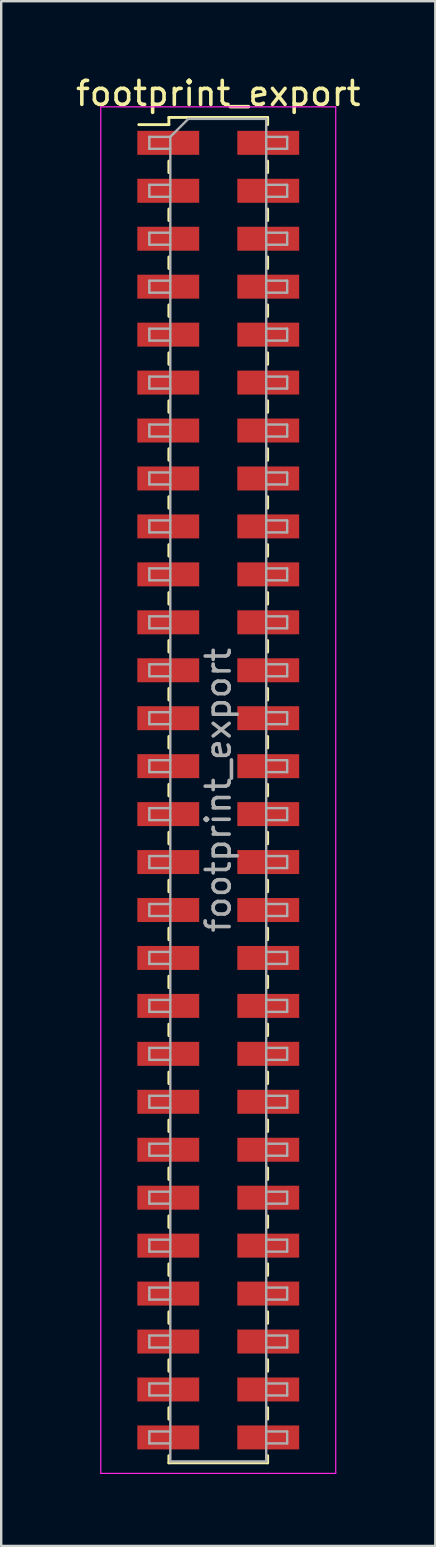
<source format=kicad_pcb>
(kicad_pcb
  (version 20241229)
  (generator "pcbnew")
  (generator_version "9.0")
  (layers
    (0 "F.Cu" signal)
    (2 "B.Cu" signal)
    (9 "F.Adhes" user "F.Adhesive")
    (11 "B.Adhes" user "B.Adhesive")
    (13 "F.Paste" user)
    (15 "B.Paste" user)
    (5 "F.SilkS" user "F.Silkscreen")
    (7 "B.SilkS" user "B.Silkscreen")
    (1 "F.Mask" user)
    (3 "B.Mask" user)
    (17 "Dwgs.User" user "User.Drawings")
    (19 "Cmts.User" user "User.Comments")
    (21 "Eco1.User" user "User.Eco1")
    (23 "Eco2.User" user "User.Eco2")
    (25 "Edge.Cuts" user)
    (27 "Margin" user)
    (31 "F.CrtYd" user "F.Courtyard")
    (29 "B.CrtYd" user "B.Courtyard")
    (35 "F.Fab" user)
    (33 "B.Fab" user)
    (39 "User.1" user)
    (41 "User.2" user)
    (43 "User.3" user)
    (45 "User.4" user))
  (footprint "footprint_export"
    (layer "F.Cu")
    (at 6.054 29.908)
    (property "Reference" "footprint_export" (at 0 -29.06 0) (layer "F.SilkS") (effects (font (size 1 1) (thickness 0.15))))
    (attr smd)
    (fp_line (start -3.315 -27.76) (end -2.06 -27.76) (stroke (width 0.12) (type solid)) (layer "F.SilkS"))
    (fp_line (start -2.06 -28.06) (end -2.06 -27.76) (stroke (width 0.12) (type solid)) (layer "F.SilkS"))
    (fp_line (start -2.06 -28.06) (end 2.06 -28.06) (stroke (width 0.12) (type solid)) (layer "F.SilkS"))
    (fp_line (start -2.06 -26.24) (end -2.06 -25.76) (stroke (width 0.12) (type solid)) (layer "F.SilkS"))
    (fp_line (start -2.06 -24.24) (end -2.06 -23.76) (stroke (width 0.12) (type solid)) (layer "F.SilkS"))
    (fp_line (start -2.06 -22.24) (end -2.06 -21.76) (stroke (width 0.12) (type solid)) (layer "F.SilkS"))
    (fp_line (start -2.06 -20.24) (end -2.06 -19.76) (stroke (width 0.12) (type solid)) (layer "F.SilkS"))
    (fp_line (start -2.06 -18.24) (end -2.06 -17.76) (stroke (width 0.12) (type solid)) (layer "F.SilkS"))
    (fp_line (start -2.06 -16.24) (end -2.06 -15.76) (stroke (width 0.12) (type solid)) (layer "F.SilkS"))
    (fp_line (start -2.06 -14.24) (end -2.06 -13.76) (stroke (width 0.12) (type solid)) (layer "F.SilkS"))
    (fp_line (start -2.06 -12.24) (end -2.06 -11.76) (stroke (width 0.12) (type solid)) (layer "F.SilkS"))
    (fp_line (start -2.06 -10.24) (end -2.06 -9.76) (stroke (width 0.12) (type solid)) (layer "F.SilkS"))
    (fp_line (start -2.06 -8.24) (end -2.06 -7.76) (stroke (width 0.12) (type solid)) (layer "F.SilkS"))
    (fp_line (start -2.06 -6.24) (end -2.06 -5.76) (stroke (width 0.12) (type solid)) (layer "F.SilkS"))
    (fp_line (start -2.06 -4.24) (end -2.06 -3.76) (stroke (width 0.12) (type solid)) (layer "F.SilkS"))
    (fp_line (start -2.06 -2.24) (end -2.06 -1.76) (stroke (width 0.12) (type solid)) (layer "F.SilkS"))
    (fp_line (start -2.06 -0.24) (end -2.06 0.24) (stroke (width 0.12) (type solid)) (layer "F.SilkS"))
    (fp_line (start -2.06 1.76) (end -2.06 2.24) (stroke (width 0.12) (type solid)) (layer "F.SilkS"))
    (fp_line (start -2.06 3.76) (end -2.06 4.24) (stroke (width 0.12) (type solid)) (layer "F.SilkS"))
    (fp_line (start -2.06 5.76) (end -2.06 6.24) (stroke (width 0.12) (type solid)) (layer "F.SilkS"))
    (fp_line (start -2.06 7.76) (end -2.06 8.24) (stroke (width 0.12) (type solid)) (layer "F.SilkS"))
    (fp_line (start -2.06 9.76) (end -2.06 10.24) (stroke (width 0.12) (type solid)) (layer "F.SilkS"))
    (fp_line (start -2.06 11.76) (end -2.06 12.24) (stroke (width 0.12) (type solid)) (layer "F.SilkS"))
    (fp_line (start -2.06 13.76) (end -2.06 14.24) (stroke (width 0.12) (type solid)) (layer "F.SilkS"))
    (fp_line (start -2.06 15.76) (end -2.06 16.24) (stroke (width 0.12) (type solid)) (layer "F.SilkS"))
    (fp_line (start -2.06 17.76) (end -2.06 18.24) (stroke (width 0.12) (type solid)) (layer "F.SilkS"))
    (fp_line (start -2.06 19.76) (end -2.06 20.24) (stroke (width 0.12) (type solid)) (layer "F.SilkS"))
    (fp_line (start -2.06 21.76) (end -2.06 22.24) (stroke (width 0.12) (type solid)) (layer "F.SilkS"))
    (fp_line (start -2.06 23.76) (end -2.06 24.24) (stroke (width 0.12) (type solid)) (layer "F.SilkS"))
    (fp_line (start -2.06 25.76) (end -2.06 26.24) (stroke (width 0.12) (type solid)) (layer "F.SilkS"))
    (fp_line (start -2.06 27.76) (end -2.06 28.06) (stroke (width 0.12) (type solid)) (layer "F.SilkS"))
    (fp_line (start -2.06 28.06) (end 2.06 28.06) (stroke (width 0.12) (type solid)) (layer "F.SilkS"))
    (fp_line (start 2.06 -28.06) (end 2.06 -27.76) (stroke (width 0.12) (type solid)) (layer "F.SilkS"))
    (fp_line (start 2.06 -26.24) (end 2.06 -25.76) (stroke (width 0.12) (type solid)) (layer "F.SilkS"))
    (fp_line (start 2.06 -24.24) (end 2.06 -23.76) (stroke (width 0.12) (type solid)) (layer "F.SilkS"))
    (fp_line (start 2.06 -22.24) (end 2.06 -21.76) (stroke (width 0.12) (type solid)) (layer "F.SilkS"))
    (fp_line (start 2.06 -20.24) (end 2.06 -19.76) (stroke (width 0.12) (type solid)) (layer "F.SilkS"))
    (fp_line (start 2.06 -18.24) (end 2.06 -17.76) (stroke (width 0.12) (type solid)) (layer "F.SilkS"))
    (fp_line (start 2.06 -16.24) (end 2.06 -15.76) (stroke (width 0.12) (type solid)) (layer "F.SilkS"))
    (fp_line (start 2.06 -14.24) (end 2.06 -13.76) (stroke (width 0.12) (type solid)) (layer "F.SilkS"))
    (fp_line (start 2.06 -12.24) (end 2.06 -11.76) (stroke (width 0.12) (type solid)) (layer "F.SilkS"))
    (fp_line (start 2.06 -10.24) (end 2.06 -9.76) (stroke (width 0.12) (type solid)) (layer "F.SilkS"))
    (fp_line (start 2.06 -8.24) (end 2.06 -7.76) (stroke (width 0.12) (type solid)) (layer "F.SilkS"))
    (fp_line (start 2.06 -6.24) (end 2.06 -5.76) (stroke (width 0.12) (type solid)) (layer "F.SilkS"))
    (fp_line (start 2.06 -4.24) (end 2.06 -3.76) (stroke (width 0.12) (type solid)) (layer "F.SilkS"))
    (fp_line (start 2.06 -2.24) (end 2.06 -1.76) (stroke (width 0.12) (type solid)) (layer "F.SilkS"))
    (fp_line (start 2.06 -0.24) (end 2.06 0.24) (stroke (width 0.12) (type solid)) (layer "F.SilkS"))
    (fp_line (start 2.06 1.76) (end 2.06 2.24) (stroke (width 0.12) (type solid)) (layer "F.SilkS"))
    (fp_line (start 2.06 3.76) (end 2.06 4.24) (stroke (width 0.12) (type solid)) (layer "F.SilkS"))
    (fp_line (start 2.06 5.76) (end 2.06 6.24) (stroke (width 0.12) (type solid)) (layer "F.SilkS"))
    (fp_line (start 2.06 7.76) (end 2.06 8.24) (stroke (width 0.12) (type solid)) (layer "F.SilkS"))
    (fp_line (start 2.06 9.76) (end 2.06 10.24) (stroke (width 0.12) (type solid)) (layer "F.SilkS"))
    (fp_line (start 2.06 11.76) (end 2.06 12.24) (stroke (width 0.12) (type solid)) (layer "F.SilkS"))
    (fp_line (start 2.06 13.76) (end 2.06 14.24) (stroke (width 0.12) (type solid)) (layer "F.SilkS"))
    (fp_line (start 2.06 15.76) (end 2.06 16.24) (stroke (width 0.12) (type solid)) (layer "F.SilkS"))
    (fp_line (start 2.06 17.76) (end 2.06 18.24) (stroke (width 0.12) (type solid)) (layer "F.SilkS"))
    (fp_line (start 2.06 19.76) (end 2.06 20.24) (stroke (width 0.12) (type solid)) (layer "F.SilkS"))
    (fp_line (start 2.06 21.76) (end 2.06 22.24) (stroke (width 0.12) (type solid)) (layer "F.SilkS"))
    (fp_line (start 2.06 23.76) (end 2.06 24.24) (stroke (width 0.12) (type solid)) (layer "F.SilkS"))
    (fp_line (start 2.06 25.76) (end 2.06 26.24) (stroke (width 0.12) (type solid)) (layer "F.SilkS"))
    (fp_line (start 2.06 27.76) (end 2.06 28.06) (stroke (width 0.12) (type solid)) (layer "F.SilkS"))
    (fp_line (start -4.9 -28.5) (end -4.9 28.5) (stroke (width 0.05) (type solid)) (layer "F.CrtYd"))
    (fp_line (start -4.9 28.5) (end 4.9 28.5) (stroke (width 0.05) (type solid)) (layer "F.CrtYd"))
    (fp_line (start 4.9 -28.5) (end -4.9 -28.5) (stroke (width 0.05) (type solid)) (layer "F.CrtYd"))
    (fp_line (start 4.9 28.5) (end 4.9 -28.5) (stroke (width 0.05) (type solid)) (layer "F.CrtYd"))
    (fp_line (start -2.875 -27.25) (end -2.875 -26.75) (stroke (width 0.1) (type solid)) (layer "F.Fab"))
    (fp_line (start -2.875 -26.75) (end -2 -26.75) (stroke (width 0.1) (type solid)) (layer "F.Fab"))
    (fp_line (start -2.875 -25.25) (end -2.875 -24.75) (stroke (width 0.1) (type solid)) (layer "F.Fab"))
    (fp_line (start -2.875 -24.75) (end -2 -24.75) (stroke (width 0.1) (type solid)) (layer "F.Fab"))
    (fp_line (start -2.875 -23.25) (end -2.875 -22.75) (stroke (width 0.1) (type solid)) (layer "F.Fab"))
    (fp_line (start -2.875 -22.75) (end -2 -22.75) (stroke (width 0.1) (type solid)) (layer "F.Fab"))
    (fp_line (start -2.875 -21.25) (end -2.875 -20.75) (stroke (width 0.1) (type solid)) (layer "F.Fab"))
    (fp_line (start -2.875 -20.75) (end -2 -20.75) (stroke (width 0.1) (type solid)) (layer "F.Fab"))
    (fp_line (start -2.875 -19.25) (end -2.875 -18.75) (stroke (width 0.1) (type solid)) (layer "F.Fab"))
    (fp_line (start -2.875 -18.75) (end -2 -18.75) (stroke (width 0.1) (type solid)) (layer "F.Fab"))
    (fp_line (start -2.875 -17.25) (end -2.875 -16.75) (stroke (width 0.1) (type solid)) (layer "F.Fab"))
    (fp_line (start -2.875 -16.75) (end -2 -16.75) (stroke (width 0.1) (type solid)) (layer "F.Fab"))
    (fp_line (start -2.875 -15.25) (end -2.875 -14.75) (stroke (width 0.1) (type solid)) (layer "F.Fab"))
    (fp_line (start -2.875 -14.75) (end -2 -14.75) (stroke (width 0.1) (type solid)) (layer "F.Fab"))
    (fp_line (start -2.875 -13.25) (end -2.875 -12.75) (stroke (width 0.1) (type solid)) (layer "F.Fab"))
    (fp_line (start -2.875 -12.75) (end -2 -12.75) (stroke (width 0.1) (type solid)) (layer "F.Fab"))
    (fp_line (start -2.875 -11.25) (end -2.875 -10.75) (stroke (width 0.1) (type solid)) (layer "F.Fab"))
    (fp_line (start -2.875 -10.75) (end -2 -10.75) (stroke (width 0.1) (type solid)) (layer "F.Fab"))
    (fp_line (start -2.875 -9.25) (end -2.875 -8.75) (stroke (width 0.1) (type solid)) (layer "F.Fab"))
    (fp_line (start -2.875 -8.75) (end -2 -8.75) (stroke (width 0.1) (type solid)) (layer "F.Fab"))
    (fp_line (start -2.875 -7.25) (end -2.875 -6.75) (stroke (width 0.1) (type solid)) (layer "F.Fab"))
    (fp_line (start -2.875 -6.75) (end -2 -6.75) (stroke (width 0.1) (type solid)) (layer "F.Fab"))
    (fp_line (start -2.875 -5.25) (end -2.875 -4.75) (stroke (width 0.1) (type solid)) (layer "F.Fab"))
    (fp_line (start -2.875 -4.75) (end -2 -4.75) (stroke (width 0.1) (type solid)) (layer "F.Fab"))
    (fp_line (start -2.875 -3.25) (end -2.875 -2.75) (stroke (width 0.1) (type solid)) (layer "F.Fab"))
    (fp_line (start -2.875 -2.75) (end -2 -2.75) (stroke (width 0.1) (type solid)) (layer "F.Fab"))
    (fp_line (start -2.875 -1.25) (end -2.875 -0.75) (stroke (width 0.1) (type solid)) (layer "F.Fab"))
    (fp_line (start -2.875 -0.75) (end -2 -0.75) (stroke (width 0.1) (type solid)) (layer "F.Fab"))
    (fp_line (start -2.875 0.75) (end -2.875 1.25) (stroke (width 0.1) (type solid)) (layer "F.Fab"))
    (fp_line (start -2.875 1.25) (end -2 1.25) (stroke (width 0.1) (type solid)) (layer "F.Fab"))
    (fp_line (start -2.875 2.75) (end -2.875 3.25) (stroke (width 0.1) (type solid)) (layer "F.Fab"))
    (fp_line (start -2.875 3.25) (end -2 3.25) (stroke (width 0.1) (type solid)) (layer "F.Fab"))
    (fp_line (start -2.875 4.75) (end -2.875 5.25) (stroke (width 0.1) (type solid)) (layer "F.Fab"))
    (fp_line (start -2.875 5.25) (end -2 5.25) (stroke (width 0.1) (type solid)) (layer "F.Fab"))
    (fp_line (start -2.875 6.75) (end -2.875 7.25) (stroke (width 0.1) (type solid)) (layer "F.Fab"))
    (fp_line (start -2.875 7.25) (end -2 7.25) (stroke (width 0.1) (type solid)) (layer "F.Fab"))
    (fp_line (start -2.875 8.75) (end -2.875 9.25) (stroke (width 0.1) (type solid)) (layer "F.Fab"))
    (fp_line (start -2.875 9.25) (end -2 9.25) (stroke (width 0.1) (type solid)) (layer "F.Fab"))
    (fp_line (start -2.875 10.75) (end -2.875 11.25) (stroke (width 0.1) (type solid)) (layer "F.Fab"))
    (fp_line (start -2.875 11.25) (end -2 11.25) (stroke (width 0.1) (type solid)) (layer "F.Fab"))
    (fp_line (start -2.875 12.75) (end -2.875 13.25) (stroke (width 0.1) (type solid)) (layer "F.Fab"))
    (fp_line (start -2.875 13.25) (end -2 13.25) (stroke (width 0.1) (type solid)) (layer "F.Fab"))
    (fp_line (start -2.875 14.75) (end -2.875 15.25) (stroke (width 0.1) (type solid)) (layer "F.Fab"))
    (fp_line (start -2.875 15.25) (end -2 15.25) (stroke (width 0.1) (type solid)) (layer "F.Fab"))
    (fp_line (start -2.875 16.75) (end -2.875 17.25) (stroke (width 0.1) (type solid)) (layer "F.Fab"))
    (fp_line (start -2.875 17.25) (end -2 17.25) (stroke (width 0.1) (type solid)) (layer "F.Fab"))
    (fp_line (start -2.875 18.75) (end -2.875 19.25) (stroke (width 0.1) (type solid)) (layer "F.Fab"))
    (fp_line (start -2.875 19.25) (end -2 19.25) (stroke (width 0.1) (type solid)) (layer "F.Fab"))
    (fp_line (start -2.875 20.75) (end -2.875 21.25) (stroke (width 0.1) (type solid)) (layer "F.Fab"))
    (fp_line (start -2.875 21.25) (end -2 21.25) (stroke (width 0.1) (type solid)) (layer "F.Fab"))
    (fp_line (start -2.875 22.75) (end -2.875 23.25) (stroke (width 0.1) (type solid)) (layer "F.Fab"))
    (fp_line (start -2.875 23.25) (end -2 23.25) (stroke (width 0.1) (type solid)) (layer "F.Fab"))
    (fp_line (start -2.875 24.75) (end -2.875 25.25) (stroke (width 0.1) (type solid)) (layer "F.Fab"))
    (fp_line (start -2.875 25.25) (end -2 25.25) (stroke (width 0.1) (type solid)) (layer "F.Fab"))
    (fp_line (start -2.875 26.75) (end -2.875 27.25) (stroke (width 0.1) (type solid)) (layer "F.Fab"))
    (fp_line (start -2.875 27.25) (end -2 27.25) (stroke (width 0.1) (type solid)) (layer "F.Fab"))
    (fp_line (start -2 -27.25) (end -2.875 -27.25) (stroke (width 0.1) (type solid)) (layer "F.Fab"))
    (fp_line (start -2 -27.25) (end -1.25 -28) (stroke (width 0.1) (type solid)) (layer "F.Fab"))
    (fp_line (start -2 -25.25) (end -2.875 -25.25) (stroke (width 0.1) (type solid)) (layer "F.Fab"))
    (fp_line (start -2 -23.25) (end -2.875 -23.25) (stroke (width 0.1) (type solid)) (layer "F.Fab"))
    (fp_line (start -2 -21.25) (end -2.875 -21.25) (stroke (width 0.1) (type solid)) (layer "F.Fab"))
    (fp_line (start -2 -19.25) (end -2.875 -19.25) (stroke (width 0.1) (type solid)) (layer "F.Fab"))
    (fp_line (start -2 -17.25) (end -2.875 -17.25) (stroke (width 0.1) (type solid)) (layer "F.Fab"))
    (fp_line (start -2 -15.25) (end -2.875 -15.25) (stroke (width 0.1) (type solid)) (layer "F.Fab"))
    (fp_line (start -2 -13.25) (end -2.875 -13.25) (stroke (width 0.1) (type solid)) (layer "F.Fab"))
    (fp_line (start -2 -11.25) (end -2.875 -11.25) (stroke (width 0.1) (type solid)) (layer "F.Fab"))
    (fp_line (start -2 -9.25) (end -2.875 -9.25) (stroke (width 0.1) (type solid)) (layer "F.Fab"))
    (fp_line (start -2 -7.25) (end -2.875 -7.25) (stroke (width 0.1) (type solid)) (layer "F.Fab"))
    (fp_line (start -2 -5.25) (end -2.875 -5.25) (stroke (width 0.1) (type solid)) (layer "F.Fab"))
    (fp_line (start -2 -3.25) (end -2.875 -3.25) (stroke (width 0.1) (type solid)) (layer "F.Fab"))
    (fp_line (start -2 -1.25) (end -2.875 -1.25) (stroke (width 0.1) (type solid)) (layer "F.Fab"))
    (fp_line (start -2 0.75) (end -2.875 0.75) (stroke (width 0.1) (type solid)) (layer "F.Fab"))
    (fp_line (start -2 2.75) (end -2.875 2.75) (stroke (width 0.1) (type solid)) (layer "F.Fab"))
    (fp_line (start -2 4.75) (end -2.875 4.75) (stroke (width 0.1) (type solid)) (layer "F.Fab"))
    (fp_line (start -2 6.75) (end -2.875 6.75) (stroke (width 0.1) (type solid)) (layer "F.Fab"))
    (fp_line (start -2 8.75) (end -2.875 8.75) (stroke (width 0.1) (type solid)) (layer "F.Fab"))
    (fp_line (start -2 10.75) (end -2.875 10.75) (stroke (width 0.1) (type solid)) (layer "F.Fab"))
    (fp_line (start -2 12.75) (end -2.875 12.75) (stroke (width 0.1) (type solid)) (layer "F.Fab"))
    (fp_line (start -2 14.75) (end -2.875 14.75) (stroke (width 0.1) (type solid)) (layer "F.Fab"))
    (fp_line (start -2 16.75) (end -2.875 16.75) (stroke (width 0.1) (type solid)) (layer "F.Fab"))
    (fp_line (start -2 18.75) (end -2.875 18.75) (stroke (width 0.1) (type solid)) (layer "F.Fab"))
    (fp_line (start -2 20.75) (end -2.875 20.75) (stroke (width 0.1) (type solid)) (layer "F.Fab"))
    (fp_line (start -2 22.75) (end -2.875 22.75) (stroke (width 0.1) (type solid)) (layer "F.Fab"))
    (fp_line (start -2 24.75) (end -2.875 24.75) (stroke (width 0.1) (type solid)) (layer "F.Fab"))
    (fp_line (start -2 26.75) (end -2.875 26.75) (stroke (width 0.1) (type solid)) (layer "F.Fab"))
    (fp_line (start -2 28) (end -2 -27.25) (stroke (width 0.1) (type solid)) (layer "F.Fab"))
    (fp_line (start -1.25 -28) (end 2 -28) (stroke (width 0.1) (type solid)) (layer "F.Fab"))
    (fp_line (start 2 -28) (end 2 28) (stroke (width 0.1) (type solid)) (layer "F.Fab"))
    (fp_line (start 2 -27.25) (end 2.875 -27.25) (stroke (width 0.1) (type solid)) (layer "F.Fab"))
    (fp_line (start 2 -25.25) (end 2.875 -25.25) (stroke (width 0.1) (type solid)) (layer "F.Fab"))
    (fp_line (start 2 -23.25) (end 2.875 -23.25) (stroke (width 0.1) (type solid)) (layer "F.Fab"))
    (fp_line (start 2 -21.25) (end 2.875 -21.25) (stroke (width 0.1) (type solid)) (layer "F.Fab"))
    (fp_line (start 2 -19.25) (end 2.875 -19.25) (stroke (width 0.1) (type solid)) (layer "F.Fab"))
    (fp_line (start 2 -17.25) (end 2.875 -17.25) (stroke (width 0.1) (type solid)) (layer "F.Fab"))
    (fp_line (start 2 -15.25) (end 2.875 -15.25) (stroke (width 0.1) (type solid)) (layer "F.Fab"))
    (fp_line (start 2 -13.25) (end 2.875 -13.25) (stroke (width 0.1) (type solid)) (layer "F.Fab"))
    (fp_line (start 2 -11.25) (end 2.875 -11.25) (stroke (width 0.1) (type solid)) (layer "F.Fab"))
    (fp_line (start 2 -9.25) (end 2.875 -9.25) (stroke (width 0.1) (type solid)) (layer "F.Fab"))
    (fp_line (start 2 -7.25) (end 2.875 -7.25) (stroke (width 0.1) (type solid)) (layer "F.Fab"))
    (fp_line (start 2 -5.25) (end 2.875 -5.25) (stroke (width 0.1) (type solid)) (layer "F.Fab"))
    (fp_line (start 2 -3.25) (end 2.875 -3.25) (stroke (width 0.1) (type solid)) (layer "F.Fab"))
    (fp_line (start 2 -1.25) (end 2.875 -1.25) (stroke (width 0.1) (type solid)) (layer "F.Fab"))
    (fp_line (start 2 0.75) (end 2.875 0.75) (stroke (width 0.1) (type solid)) (layer "F.Fab"))
    (fp_line (start 2 2.75) (end 2.875 2.75) (stroke (width 0.1) (type solid)) (layer "F.Fab"))
    (fp_line (start 2 4.75) (end 2.875 4.75) (stroke (width 0.1) (type solid)) (layer "F.Fab"))
    (fp_line (start 2 6.75) (end 2.875 6.75) (stroke (width 0.1) (type solid)) (layer "F.Fab"))
    (fp_line (start 2 8.75) (end 2.875 8.75) (stroke (width 0.1) (type solid)) (layer "F.Fab"))
    (fp_line (start 2 10.75) (end 2.875 10.75) (stroke (width 0.1) (type solid)) (layer "F.Fab"))
    (fp_line (start 2 12.75) (end 2.875 12.75) (stroke (width 0.1) (type solid)) (layer "F.Fab"))
    (fp_line (start 2 14.75) (end 2.875 14.75) (stroke (width 0.1) (type solid)) (layer "F.Fab"))
    (fp_line (start 2 16.75) (end 2.875 16.75) (stroke (width 0.1) (type solid)) (layer "F.Fab"))
    (fp_line (start 2 18.75) (end 2.875 18.75) (stroke (width 0.1) (type solid)) (layer "F.Fab"))
    (fp_line (start 2 20.75) (end 2.875 20.75) (stroke (width 0.1) (type solid)) (layer "F.Fab"))
    (fp_line (start 2 22.75) (end 2.875 22.75) (stroke (width 0.1) (type solid)) (layer "F.Fab"))
    (fp_line (start 2 24.75) (end 2.875 24.75) (stroke (width 0.1) (type solid)) (layer "F.Fab"))
    (fp_line (start 2 26.75) (end 2.875 26.75) (stroke (width 0.1) (type solid)) (layer "F.Fab"))
    (fp_line (start 2 28) (end -2 28) (stroke (width 0.1) (type solid)) (layer "F.Fab"))
    (fp_line (start 2.875 -27.25) (end 2.875 -26.75) (stroke (width 0.1) (type solid)) (layer "F.Fab"))
    (fp_line (start 2.875 -26.75) (end 2 -26.75) (stroke (width 0.1) (type solid)) (layer "F.Fab"))
    (fp_line (start 2.875 -25.25) (end 2.875 -24.75) (stroke (width 0.1) (type solid)) (layer "F.Fab"))
    (fp_line (start 2.875 -24.75) (end 2 -24.75) (stroke (width 0.1) (type solid)) (layer "F.Fab"))
    (fp_line (start 2.875 -23.25) (end 2.875 -22.75) (stroke (width 0.1) (type solid)) (layer "F.Fab"))
    (fp_line (start 2.875 -22.75) (end 2 -22.75) (stroke (width 0.1) (type solid)) (layer "F.Fab"))
    (fp_line (start 2.875 -21.25) (end 2.875 -20.75) (stroke (width 0.1) (type solid)) (layer "F.Fab"))
    (fp_line (start 2.875 -20.75) (end 2 -20.75) (stroke (width 0.1) (type solid)) (layer "F.Fab"))
    (fp_line (start 2.875 -19.25) (end 2.875 -18.75) (stroke (width 0.1) (type solid)) (layer "F.Fab"))
    (fp_line (start 2.875 -18.75) (end 2 -18.75) (stroke (width 0.1) (type solid)) (layer "F.Fab"))
    (fp_line (start 2.875 -17.25) (end 2.875 -16.75) (stroke (width 0.1) (type solid)) (layer "F.Fab"))
    (fp_line (start 2.875 -16.75) (end 2 -16.75) (stroke (width 0.1) (type solid)) (layer "F.Fab"))
    (fp_line (start 2.875 -15.25) (end 2.875 -14.75) (stroke (width 0.1) (type solid)) (layer "F.Fab"))
    (fp_line (start 2.875 -14.75) (end 2 -14.75) (stroke (width 0.1) (type solid)) (layer "F.Fab"))
    (fp_line (start 2.875 -13.25) (end 2.875 -12.75) (stroke (width 0.1) (type solid)) (layer "F.Fab"))
    (fp_line (start 2.875 -12.75) (end 2 -12.75) (stroke (width 0.1) (type solid)) (layer "F.Fab"))
    (fp_line (start 2.875 -11.25) (end 2.875 -10.75) (stroke (width 0.1) (type solid)) (layer "F.Fab"))
    (fp_line (start 2.875 -10.75) (end 2 -10.75) (stroke (width 0.1) (type solid)) (layer "F.Fab"))
    (fp_line (start 2.875 -9.25) (end 2.875 -8.75) (stroke (width 0.1) (type solid)) (layer "F.Fab"))
    (fp_line (start 2.875 -8.75) (end 2 -8.75) (stroke (width 0.1) (type solid)) (layer "F.Fab"))
    (fp_line (start 2.875 -7.25) (end 2.875 -6.75) (stroke (width 0.1) (type solid)) (layer "F.Fab"))
    (fp_line (start 2.875 -6.75) (end 2 -6.75) (stroke (width 0.1) (type solid)) (layer "F.Fab"))
    (fp_line (start 2.875 -5.25) (end 2.875 -4.75) (stroke (width 0.1) (type solid)) (layer "F.Fab"))
    (fp_line (start 2.875 -4.75) (end 2 -4.75) (stroke (width 0.1) (type solid)) (layer "F.Fab"))
    (fp_line (start 2.875 -3.25) (end 2.875 -2.75) (stroke (width 0.1) (type solid)) (layer "F.Fab"))
    (fp_line (start 2.875 -2.75) (end 2 -2.75) (stroke (width 0.1) (type solid)) (layer "F.Fab"))
    (fp_line (start 2.875 -1.25) (end 2.875 -0.75) (stroke (width 0.1) (type solid)) (layer "F.Fab"))
    (fp_line (start 2.875 -0.75) (end 2 -0.75) (stroke (width 0.1) (type solid)) (layer "F.Fab"))
    (fp_line (start 2.875 0.75) (end 2.875 1.25) (stroke (width 0.1) (type solid)) (layer "F.Fab"))
    (fp_line (start 2.875 1.25) (end 2 1.25) (stroke (width 0.1) (type solid)) (layer "F.Fab"))
    (fp_line (start 2.875 2.75) (end 2.875 3.25) (stroke (width 0.1) (type solid)) (layer "F.Fab"))
    (fp_line (start 2.875 3.25) (end 2 3.25) (stroke (width 0.1) (type solid)) (layer "F.Fab"))
    (fp_line (start 2.875 4.75) (end 2.875 5.25) (stroke (width 0.1) (type solid)) (layer "F.Fab"))
    (fp_line (start 2.875 5.25) (end 2 5.25) (stroke (width 0.1) (type solid)) (layer "F.Fab"))
    (fp_line (start 2.875 6.75) (end 2.875 7.25) (stroke (width 0.1) (type solid)) (layer "F.Fab"))
    (fp_line (start 2.875 7.25) (end 2 7.25) (stroke (width 0.1) (type solid)) (layer "F.Fab"))
    (fp_line (start 2.875 8.75) (end 2.875 9.25) (stroke (width 0.1) (type solid)) (layer "F.Fab"))
    (fp_line (start 2.875 9.25) (end 2 9.25) (stroke (width 0.1) (type solid)) (layer "F.Fab"))
    (fp_line (start 2.875 10.75) (end 2.875 11.25) (stroke (width 0.1) (type solid)) (layer "F.Fab"))
    (fp_line (start 2.875 11.25) (end 2 11.25) (stroke (width 0.1) (type solid)) (layer "F.Fab"))
    (fp_line (start 2.875 12.75) (end 2.875 13.25) (stroke (width 0.1) (type solid)) (layer "F.Fab"))
    (fp_line (start 2.875 13.25) (end 2 13.25) (stroke (width 0.1) (type solid)) (layer "F.Fab"))
    (fp_line (start 2.875 14.75) (end 2.875 15.25) (stroke (width 0.1) (type solid)) (layer "F.Fab"))
    (fp_line (start 2.875 15.25) (end 2 15.25) (stroke (width 0.1) (type solid)) (layer "F.Fab"))
    (fp_line (start 2.875 16.75) (end 2.875 17.25) (stroke (width 0.1) (type solid)) (layer "F.Fab"))
    (fp_line (start 2.875 17.25) (end 2 17.25) (stroke (width 0.1) (type solid)) (layer "F.Fab"))
    (fp_line (start 2.875 18.75) (end 2.875 19.25) (stroke (width 0.1) (type solid)) (layer "F.Fab"))
    (fp_line (start 2.875 19.25) (end 2 19.25) (stroke (width 0.1) (type solid)) (layer "F.Fab"))
    (fp_line (start 2.875 20.75) (end 2.875 21.25) (stroke (width 0.1) (type solid)) (layer "F.Fab"))
    (fp_line (start 2.875 21.25) (end 2 21.25) (stroke (width 0.1) (type solid)) (layer "F.Fab"))
    (fp_line (start 2.875 22.75) (end 2.875 23.25) (stroke (width 0.1) (type solid)) (layer "F.Fab"))
    (fp_line (start 2.875 23.25) (end 2 23.25) (stroke (width 0.1) (type solid)) (layer "F.Fab"))
    (fp_line (start 2.875 24.75) (end 2.875 25.25) (stroke (width 0.1) (type solid)) (layer "F.Fab"))
    (fp_line (start 2.875 25.25) (end 2 25.25) (stroke (width 0.1) (type solid)) (layer "F.Fab"))
    (fp_line (start 2.875 26.75) (end 2.875 27.25) (stroke (width 0.1) (type solid)) (layer "F.Fab"))
    (fp_line (start 2.875 27.25) (end 2 27.25) (stroke (width 0.1) (type solid)) (layer "F.Fab"))
    (fp_text user "${REFERENCE}" (at 0 0 90) (layer "F.Fab") (effects (font (size 1 1) (thickness 0.15))))
    (pad "1" smd rect (at -2.085 -27) (size 2.58 1) (layers "F.Cu" "F.Mask" "F.Paste"))
    (pad "2" smd rect (at 2.085 -27) (size 2.58 1) (layers "F.Cu" "F.Mask" "F.Paste"))
    (pad "3" smd rect (at -2.085 -25) (size 2.58 1) (layers "F.Cu" "F.Mask" "F.Paste"))
    (pad "4" smd rect (at 2.085 -25) (size 2.58 1) (layers "F.Cu" "F.Mask" "F.Paste"))
    (pad "5" smd rect (at -2.085 -23) (size 2.58 1) (layers "F.Cu" "F.Mask" "F.Paste"))
    (pad "6" smd rect (at 2.085 -23) (size 2.58 1) (layers "F.Cu" "F.Mask" "F.Paste"))
    (pad "7" smd rect (at -2.085 -21) (size 2.58 1) (layers "F.Cu" "F.Mask" "F.Paste"))
    (pad "8" smd rect (at 2.085 -21) (size 2.58 1) (layers "F.Cu" "F.Mask" "F.Paste"))
    (pad "9" smd rect (at -2.085 -19) (size 2.58 1) (layers "F.Cu" "F.Mask" "F.Paste"))
    (pad "10" smd rect (at 2.085 -19) (size 2.58 1) (layers "F.Cu" "F.Mask" "F.Paste"))
    (pad "11" smd rect (at -2.085 -17) (size 2.58 1) (layers "F.Cu" "F.Mask" "F.Paste"))
    (pad "12" smd rect (at 2.085 -17) (size 2.58 1) (layers "F.Cu" "F.Mask" "F.Paste"))
    (pad "13" smd rect (at -2.085 -15) (size 2.58 1) (layers "F.Cu" "F.Mask" "F.Paste"))
    (pad "14" smd rect (at 2.085 -15) (size 2.58 1) (layers "F.Cu" "F.Mask" "F.Paste"))
    (pad "15" smd rect (at -2.085 -13) (size 2.58 1) (layers "F.Cu" "F.Mask" "F.Paste"))
    (pad "16" smd rect (at 2.085 -13) (size 2.58 1) (layers "F.Cu" "F.Mask" "F.Paste"))
    (pad "17" smd rect (at -2.085 -11) (size 2.58 1) (layers "F.Cu" "F.Mask" "F.Paste"))
    (pad "18" smd rect (at 2.085 -11) (size 2.58 1) (layers "F.Cu" "F.Mask" "F.Paste"))
    (pad "19" smd rect (at -2.085 -9) (size 2.58 1) (layers "F.Cu" "F.Mask" "F.Paste"))
    (pad "20" smd rect (at 2.085 -9) (size 2.58 1) (layers "F.Cu" "F.Mask" "F.Paste"))
    (pad "21" smd rect (at -2.085 -7) (size 2.58 1) (layers "F.Cu" "F.Mask" "F.Paste"))
    (pad "22" smd rect (at 2.085 -7) (size 2.58 1) (layers "F.Cu" "F.Mask" "F.Paste"))
    (pad "23" smd rect (at -2.085 -5) (size 2.58 1) (layers "F.Cu" "F.Mask" "F.Paste"))
    (pad "24" smd rect (at 2.085 -5) (size 2.58 1) (layers "F.Cu" "F.Mask" "F.Paste"))
    (pad "25" smd rect (at -2.085 -3) (size 2.58 1) (layers "F.Cu" "F.Mask" "F.Paste"))
    (pad "26" smd rect (at 2.085 -3) (size 2.58 1) (layers "F.Cu" "F.Mask" "F.Paste"))
    (pad "27" smd rect (at -2.085 -1) (size 2.58 1) (layers "F.Cu" "F.Mask" "F.Paste"))
    (pad "28" smd rect (at 2.085 -1) (size 2.58 1) (layers "F.Cu" "F.Mask" "F.Paste"))
    (pad "29" smd rect (at -2.085 1) (size 2.58 1) (layers "F.Cu" "F.Mask" "F.Paste"))
    (pad "30" smd rect (at 2.085 1) (size 2.58 1) (layers "F.Cu" "F.Mask" "F.Paste"))
    (pad "31" smd rect (at -2.085 3) (size 2.58 1) (layers "F.Cu" "F.Mask" "F.Paste"))
    (pad "32" smd rect (at 2.085 3) (size 2.58 1) (layers "F.Cu" "F.Mask" "F.Paste"))
    (pad "33" smd rect (at -2.085 5) (size 2.58 1) (layers "F.Cu" "F.Mask" "F.Paste"))
    (pad "34" smd rect (at 2.085 5) (size 2.58 1) (layers "F.Cu" "F.Mask" "F.Paste"))
    (pad "35" smd rect (at -2.085 7) (size 2.58 1) (layers "F.Cu" "F.Mask" "F.Paste"))
    (pad "36" smd rect (at 2.085 7) (size 2.58 1) (layers "F.Cu" "F.Mask" "F.Paste"))
    (pad "37" smd rect (at -2.085 9) (size 2.58 1) (layers "F.Cu" "F.Mask" "F.Paste"))
    (pad "38" smd rect (at 2.085 9) (size 2.58 1) (layers "F.Cu" "F.Mask" "F.Paste"))
    (pad "39" smd rect (at -2.085 11) (size 2.58 1) (layers "F.Cu" "F.Mask" "F.Paste"))
    (pad "40" smd rect (at 2.085 11) (size 2.58 1) (layers "F.Cu" "F.Mask" "F.Paste"))
    (pad "41" smd rect (at -2.085 13) (size 2.58 1) (layers "F.Cu" "F.Mask" "F.Paste"))
    (pad "42" smd rect (at 2.085 13) (size 2.58 1) (layers "F.Cu" "F.Mask" "F.Paste"))
    (pad "43" smd rect (at -2.085 15) (size 2.58 1) (layers "F.Cu" "F.Mask" "F.Paste"))
    (pad "44" smd rect (at 2.085 15) (size 2.58 1) (layers "F.Cu" "F.Mask" "F.Paste"))
    (pad "45" smd rect (at -2.085 17) (size 2.58 1) (layers "F.Cu" "F.Mask" "F.Paste"))
    (pad "46" smd rect (at 2.085 17) (size 2.58 1) (layers "F.Cu" "F.Mask" "F.Paste"))
    (pad "47" smd rect (at -2.085 19) (size 2.58 1) (layers "F.Cu" "F.Mask" "F.Paste"))
    (pad "48" smd rect (at 2.085 19) (size 2.58 1) (layers "F.Cu" "F.Mask" "F.Paste"))
    (pad "49" smd rect (at -2.085 21) (size 2.58 1) (layers "F.Cu" "F.Mask" "F.Paste"))
    (pad "50" smd rect (at 2.085 21) (size 2.58 1) (layers "F.Cu" "F.Mask" "F.Paste"))
    (pad "51" smd rect (at -2.085 23) (size 2.58 1) (layers "F.Cu" "F.Mask" "F.Paste"))
    (pad "52" smd rect (at 2.085 23) (size 2.58 1) (layers "F.Cu" "F.Mask" "F.Paste"))
    (pad "53" smd rect (at -2.085 25) (size 2.58 1) (layers "F.Cu" "F.Mask" "F.Paste"))
    (pad "54" smd rect (at 2.085 25) (size 2.58 1) (layers "F.Cu" "F.Mask" "F.Paste"))
    (pad "55" smd rect (at -2.085 27) (size 2.58 1) (layers "F.Cu" "F.Mask" "F.Paste"))
    (pad "56" smd rect (at 2.085 27) (size 2.58 1) (layers "F.Cu" "F.Mask" "F.Paste")))
  (gr_rect
    (start -3 -3)
    (end 15.107 61.433)
    (stroke (width 0.1) (type default))
    (fill no)
    (layer "Edge.Cuts")))
</source>
